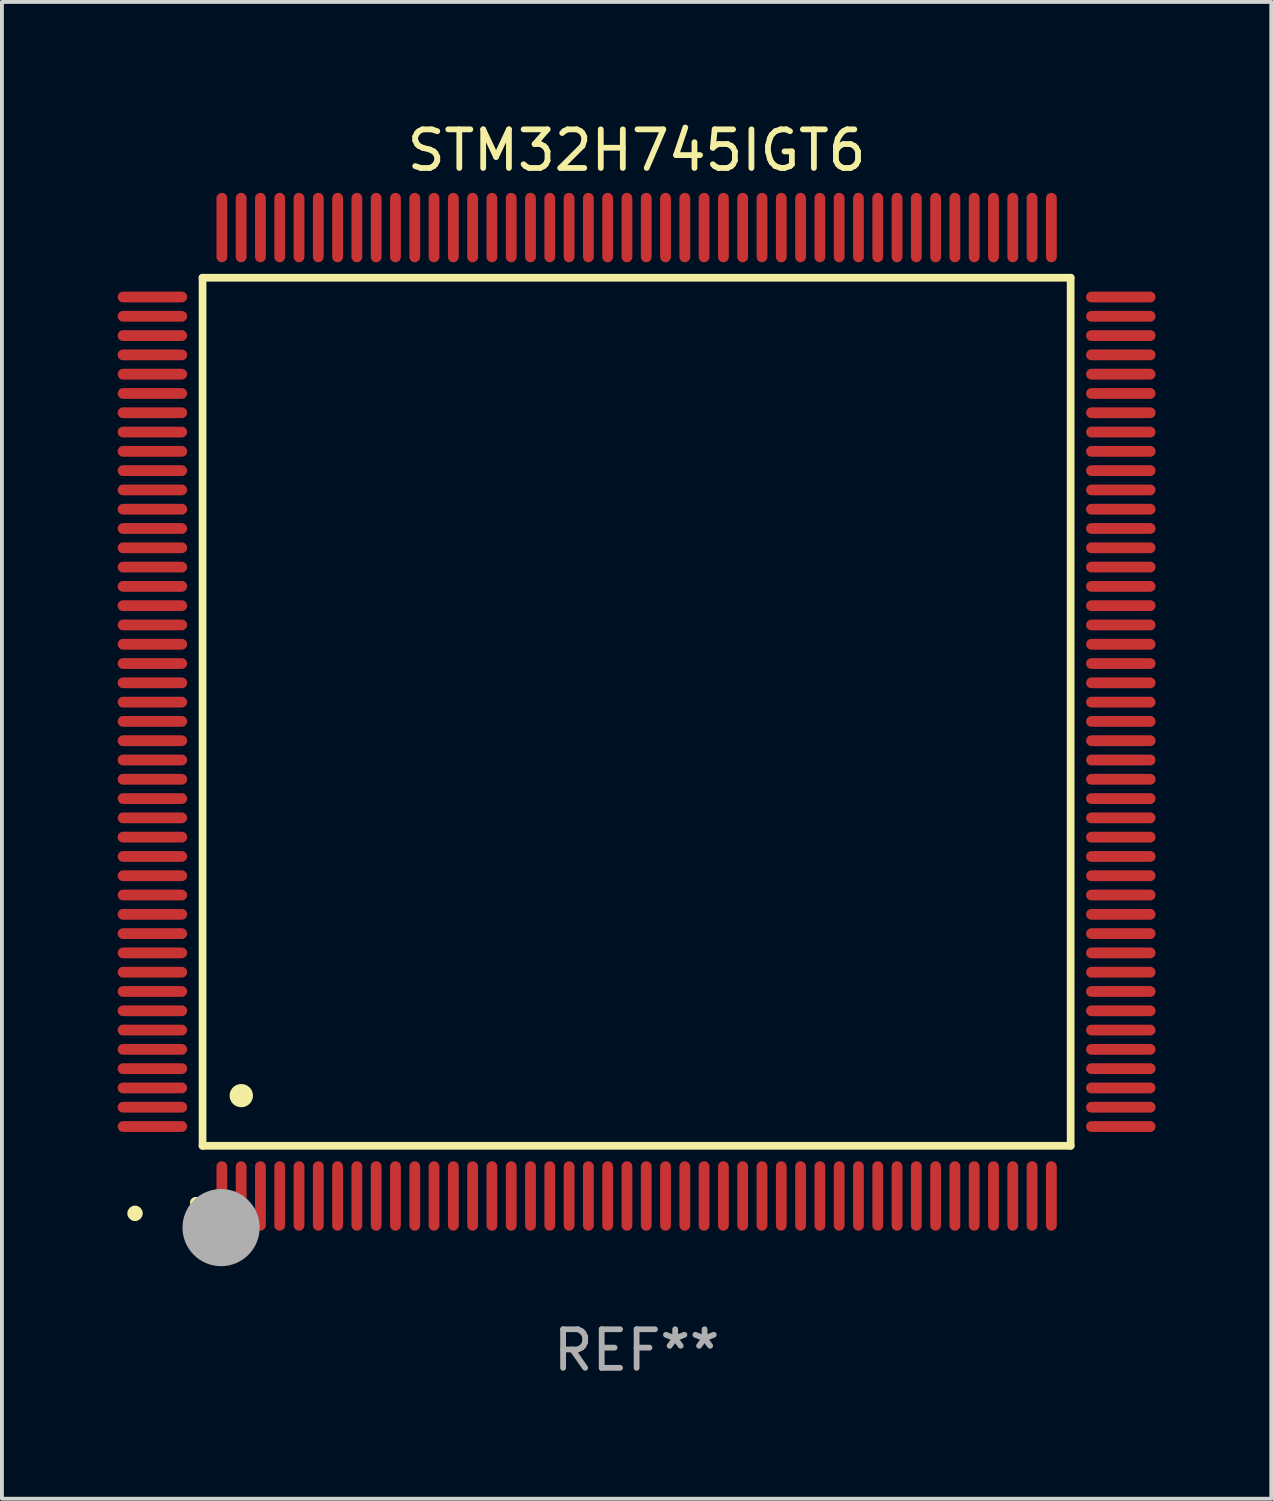
<source format=kicad_pcb>
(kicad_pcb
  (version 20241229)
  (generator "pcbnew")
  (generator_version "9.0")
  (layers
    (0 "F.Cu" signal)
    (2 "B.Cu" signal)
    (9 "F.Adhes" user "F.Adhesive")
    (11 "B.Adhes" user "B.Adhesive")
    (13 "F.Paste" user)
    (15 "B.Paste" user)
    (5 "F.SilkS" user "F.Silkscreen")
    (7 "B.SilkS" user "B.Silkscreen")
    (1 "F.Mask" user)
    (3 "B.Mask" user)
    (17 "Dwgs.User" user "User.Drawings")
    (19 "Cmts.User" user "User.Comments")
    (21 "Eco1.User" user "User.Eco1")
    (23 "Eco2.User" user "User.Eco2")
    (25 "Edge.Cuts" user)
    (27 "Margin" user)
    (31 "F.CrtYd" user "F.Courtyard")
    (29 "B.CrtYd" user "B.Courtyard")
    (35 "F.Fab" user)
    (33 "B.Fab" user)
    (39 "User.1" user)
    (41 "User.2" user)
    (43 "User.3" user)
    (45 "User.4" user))
  (footprint "STM32H745IGT6"
    (layer "F.Cu")
    (at 13.45 15.398)
    (property "Reference" "STM32H745IGT6" (at 0 -14.55 0) (layer "F.SilkS") (effects (font (size 1 1) (thickness 0.15))))
    (attr through_hole)
    (fp_line (start -11.25 -11.25) (end 11.25 -11.25) (stroke (width 0.2) (type solid)) (layer "F.SilkS"))
    (fp_line (start -11.25 11.25) (end -11.25 -11.25) (stroke (width 0.2) (type solid)) (layer "F.SilkS"))
    (fp_line (start 11.25 -11.25) (end 11.25 11.25) (stroke (width 0.2) (type solid)) (layer "F.SilkS"))
    (fp_line (start 11.25 11.25) (end -11.25 11.25) (stroke (width 0.2) (type solid)) (layer "F.SilkS"))
    (fp_arc (start -11.424943 12.725425) (mid -11.423673 12.72542) (end -11.422403 12.725425) (stroke (width 0.3) (type solid)) (layer "F.SilkS"))
    (fp_arc (start -10.24892 9.9492) (mid -10.24638 9.949189) (end -10.24384 9.9492) (stroke (width 0.6) (type solid)) (layer "F.SilkS"))
    (fp_circle (center -13 13) (end -12.9 13) (stroke (width 0.2) (type solid)) (fill no) (layer "F.SilkS"))
    (fp_circle (center -10.77 13.37) (end -10.27 13.37) (stroke (width 1) (type solid)) (fill no) (layer "F.Fab"))
    (fp_text user "REF**" (at 0 16.55 0) (layer "F.Fab") (effects (font (size 1 1) (thickness 0.15))))
    (pad "1" smd oval (at -10.75 12.55) (size 0.28 1.8) (layers "F.Cu" "F.Mask" "F.Paste"))
    (pad "2" smd oval (at -10.25 12.55) (size 0.28 1.8) (layers "F.Cu" "F.Mask" "F.Paste"))
    (pad "3" smd oval (at -9.75 12.55) (size 0.28 1.8) (layers "F.Cu" "F.Mask" "F.Paste"))
    (pad "4" smd oval (at -9.25 12.55) (size 0.28 1.8) (layers "F.Cu" "F.Mask" "F.Paste"))
    (pad "5" smd oval (at -8.75 12.55) (size 0.28 1.8) (layers "F.Cu" "F.Mask" "F.Paste"))
    (pad "6" smd oval (at -8.25 12.55) (size 0.28 1.8) (layers "F.Cu" "F.Mask" "F.Paste"))
    (pad "7" smd oval (at -7.75 12.55) (size 0.28 1.8) (layers "F.Cu" "F.Mask" "F.Paste"))
    (pad "8" smd oval (at -7.25 12.55) (size 0.28 1.8) (layers "F.Cu" "F.Mask" "F.Paste"))
    (pad "9" smd oval (at -6.75 12.55) (size 0.28 1.8) (layers "F.Cu" "F.Mask" "F.Paste"))
    (pad "10" smd oval (at -6.25 12.55) (size 0.28 1.8) (layers "F.Cu" "F.Mask" "F.Paste"))
    (pad "11" smd oval (at -5.75 12.55) (size 0.28 1.8) (layers "F.Cu" "F.Mask" "F.Paste"))
    (pad "12" smd oval (at -5.25 12.55) (size 0.28 1.8) (layers "F.Cu" "F.Mask" "F.Paste"))
    (pad "13" smd oval (at -4.75 12.55) (size 0.28 1.8) (layers "F.Cu" "F.Mask" "F.Paste"))
    (pad "14" smd oval (at -4.25 12.55) (size 0.28 1.8) (layers "F.Cu" "F.Mask" "F.Paste"))
    (pad "15" smd oval (at -3.75 12.55) (size 0.28 1.8) (layers "F.Cu" "F.Mask" "F.Paste"))
    (pad "16" smd oval (at -3.25 12.55) (size 0.28 1.8) (layers "F.Cu" "F.Mask" "F.Paste"))
    (pad "17" smd oval (at -2.75 12.55) (size 0.28 1.8) (layers "F.Cu" "F.Mask" "F.Paste"))
    (pad "18" smd oval (at -2.25 12.55) (size 0.28 1.8) (layers "F.Cu" "F.Mask" "F.Paste"))
    (pad "19" smd oval (at -1.75 12.55) (size 0.28 1.8) (layers "F.Cu" "F.Mask" "F.Paste"))
    (pad "20" smd oval (at -1.25 12.55) (size 0.28 1.8) (layers "F.Cu" "F.Mask" "F.Paste"))
    (pad "21" smd oval (at -0.75 12.55) (size 0.28 1.8) (layers "F.Cu" "F.Mask" "F.Paste"))
    (pad "22" smd oval (at -0.25 12.55) (size 0.28 1.8) (layers "F.Cu" "F.Mask" "F.Paste"))
    (pad "23" smd oval (at 0.25 12.55) (size 0.28 1.8) (layers "F.Cu" "F.Mask" "F.Paste"))
    (pad "24" smd oval (at 0.75 12.55) (size 0.28 1.8) (layers "F.Cu" "F.Mask" "F.Paste"))
    (pad "25" smd oval (at 1.25 12.55) (size 0.28 1.8) (layers "F.Cu" "F.Mask" "F.Paste"))
    (pad "26" smd oval (at 1.75 12.55) (size 0.28 1.8) (layers "F.Cu" "F.Mask" "F.Paste"))
    (pad "27" smd oval (at 2.25 12.55) (size 0.28 1.8) (layers "F.Cu" "F.Mask" "F.Paste"))
    (pad "28" smd oval (at 2.75 12.55) (size 0.28 1.8) (layers "F.Cu" "F.Mask" "F.Paste"))
    (pad "29" smd oval (at 3.25 12.55) (size 0.28 1.8) (layers "F.Cu" "F.Mask" "F.Paste"))
    (pad "30" smd oval (at 3.75 12.55) (size 0.28 1.8) (layers "F.Cu" "F.Mask" "F.Paste"))
    (pad "31" smd oval (at 4.25 12.55) (size 0.28 1.8) (layers "F.Cu" "F.Mask" "F.Paste"))
    (pad "32" smd oval (at 4.75 12.55) (size 0.28 1.8) (layers "F.Cu" "F.Mask" "F.Paste"))
    (pad "33" smd oval (at 5.25 12.55) (size 0.28 1.8) (layers "F.Cu" "F.Mask" "F.Paste"))
    (pad "34" smd oval (at 5.75 12.55) (size 0.28 1.8) (layers "F.Cu" "F.Mask" "F.Paste"))
    (pad "35" smd oval (at 6.25 12.55) (size 0.28 1.8) (layers "F.Cu" "F.Mask" "F.Paste"))
    (pad "36" smd oval (at 6.75 12.55) (size 0.28 1.8) (layers "F.Cu" "F.Mask" "F.Paste"))
    (pad "37" smd oval (at 7.25 12.55) (size 0.28 1.8) (layers "F.Cu" "F.Mask" "F.Paste"))
    (pad "38" smd oval (at 7.75 12.55) (size 0.28 1.8) (layers "F.Cu" "F.Mask" "F.Paste"))
    (pad "39" smd oval (at 8.25 12.55) (size 0.28 1.8) (layers "F.Cu" "F.Mask" "F.Paste"))
    (pad "40" smd oval (at 8.75 12.55) (size 0.28 1.8) (layers "F.Cu" "F.Mask" "F.Paste"))
    (pad "41" smd oval (at 9.25 12.55) (size 0.28 1.8) (layers "F.Cu" "F.Mask" "F.Paste"))
    (pad "42" smd oval (at 9.75 12.55) (size 0.28 1.8) (layers "F.Cu" "F.Mask" "F.Paste"))
    (pad "43" smd oval (at 10.25 12.55) (size 0.28 1.8) (layers "F.Cu" "F.Mask" "F.Paste"))
    (pad "44" smd oval (at 10.75 12.55) (size 0.28 1.8) (layers "F.Cu" "F.Mask" "F.Paste"))
    (pad "45" smd oval (at 12.55 10.75) (size 1.8 0.28) (layers "F.Cu" "F.Mask" "F.Paste"))
    (pad "46" smd oval (at 12.55 10.25) (size 1.8 0.28) (layers "F.Cu" "F.Mask" "F.Paste"))
    (pad "47" smd oval (at 12.55 9.75) (size 1.8 0.28) (layers "F.Cu" "F.Mask" "F.Paste"))
    (pad "48" smd oval (at 12.55 9.25) (size 1.8 0.28) (layers "F.Cu" "F.Mask" "F.Paste"))
    (pad "49" smd oval (at 12.55 8.75) (size 1.8 0.28) (layers "F.Cu" "F.Mask" "F.Paste"))
    (pad "50" smd oval (at 12.55 8.25) (size 1.8 0.28) (layers "F.Cu" "F.Mask" "F.Paste"))
    (pad "51" smd oval (at 12.55 7.75) (size 1.8 0.28) (layers "F.Cu" "F.Mask" "F.Paste"))
    (pad "52" smd oval (at 12.55 7.25) (size 1.8 0.28) (layers "F.Cu" "F.Mask" "F.Paste"))
    (pad "53" smd oval (at 12.55 6.75) (size 1.8 0.28) (layers "F.Cu" "F.Mask" "F.Paste"))
    (pad "54" smd oval (at 12.55 6.25) (size 1.8 0.28) (layers "F.Cu" "F.Mask" "F.Paste"))
    (pad "55" smd oval (at 12.55 5.75) (size 1.8 0.28) (layers "F.Cu" "F.Mask" "F.Paste"))
    (pad "56" smd oval (at 12.55 5.25) (size 1.8 0.28) (layers "F.Cu" "F.Mask" "F.Paste"))
    (pad "57" smd oval (at 12.55 4.75) (size 1.8 0.28) (layers "F.Cu" "F.Mask" "F.Paste"))
    (pad "58" smd oval (at 12.55 4.25) (size 1.8 0.28) (layers "F.Cu" "F.Mask" "F.Paste"))
    (pad "59" smd oval (at 12.55 3.75) (size 1.8 0.28) (layers "F.Cu" "F.Mask" "F.Paste"))
    (pad "60" smd oval (at 12.55 3.25) (size 1.8 0.28) (layers "F.Cu" "F.Mask" "F.Paste"))
    (pad "61" smd oval (at 12.55 2.75) (size 1.8 0.28) (layers "F.Cu" "F.Mask" "F.Paste"))
    (pad "62" smd oval (at 12.55 2.25) (size 1.8 0.28) (layers "F.Cu" "F.Mask" "F.Paste"))
    (pad "63" smd oval (at 12.55 1.75) (size 1.8 0.28) (layers "F.Cu" "F.Mask" "F.Paste"))
    (pad "64" smd oval (at 12.55 1.25) (size 1.8 0.28) (layers "F.Cu" "F.Mask" "F.Paste"))
    (pad "65" smd oval (at 12.55 0.75) (size 1.8 0.28) (layers "F.Cu" "F.Mask" "F.Paste"))
    (pad "66" smd oval (at 12.55 0.25) (size 1.8 0.28) (layers "F.Cu" "F.Mask" "F.Paste"))
    (pad "67" smd oval (at 12.55 -0.25) (size 1.8 0.28) (layers "F.Cu" "F.Mask" "F.Paste"))
    (pad "68" smd oval (at 12.55 -0.75) (size 1.8 0.28) (layers "F.Cu" "F.Mask" "F.Paste"))
    (pad "69" smd oval (at 12.55 -1.25) (size 1.8 0.28) (layers "F.Cu" "F.Mask" "F.Paste"))
    (pad "70" smd oval (at 12.55 -1.75) (size 1.8 0.28) (layers "F.Cu" "F.Mask" "F.Paste"))
    (pad "71" smd oval (at 12.55 -2.25) (size 1.8 0.28) (layers "F.Cu" "F.Mask" "F.Paste"))
    (pad "72" smd oval (at 12.55 -2.75) (size 1.8 0.28) (layers "F.Cu" "F.Mask" "F.Paste"))
    (pad "73" smd oval (at 12.55 -3.25) (size 1.8 0.28) (layers "F.Cu" "F.Mask" "F.Paste"))
    (pad "74" smd oval (at 12.55 -3.75) (size 1.8 0.28) (layers "F.Cu" "F.Mask" "F.Paste"))
    (pad "75" smd oval (at 12.55 -4.25) (size 1.8 0.28) (layers "F.Cu" "F.Mask" "F.Paste"))
    (pad "76" smd oval (at 12.55 -4.75) (size 1.8 0.28) (layers "F.Cu" "F.Mask" "F.Paste"))
    (pad "77" smd oval (at 12.55 -5.25) (size 1.8 0.28) (layers "F.Cu" "F.Mask" "F.Paste"))
    (pad "78" smd oval (at 12.55 -5.75) (size 1.8 0.28) (layers "F.Cu" "F.Mask" "F.Paste"))
    (pad "79" smd oval (at 12.55 -6.25) (size 1.8 0.28) (layers "F.Cu" "F.Mask" "F.Paste"))
    (pad "80" smd oval (at 12.55 -6.75) (size 1.8 0.28) (layers "F.Cu" "F.Mask" "F.Paste"))
    (pad "81" smd oval (at 12.55 -7.25) (size 1.8 0.28) (layers "F.Cu" "F.Mask" "F.Paste"))
    (pad "82" smd oval (at 12.55 -7.75) (size 1.8 0.28) (layers "F.Cu" "F.Mask" "F.Paste"))
    (pad "83" smd oval (at 12.55 -8.25) (size 1.8 0.28) (layers "F.Cu" "F.Mask" "F.Paste"))
    (pad "84" smd oval (at 12.55 -8.75) (size 1.8 0.28) (layers "F.Cu" "F.Mask" "F.Paste"))
    (pad "85" smd oval (at 12.55 -9.25) (size 1.8 0.28) (layers "F.Cu" "F.Mask" "F.Paste"))
    (pad "86" smd oval (at 12.55 -9.75) (size 1.8 0.28) (layers "F.Cu" "F.Mask" "F.Paste"))
    (pad "87" smd oval (at 12.55 -10.25) (size 1.8 0.28) (layers "F.Cu" "F.Mask" "F.Paste"))
    (pad "88" smd oval (at 12.55 -10.75) (size 1.8 0.28) (layers "F.Cu" "F.Mask" "F.Paste"))
    (pad "89" smd oval (at 10.75 -12.55) (size 0.28 1.8) (layers "F.Cu" "F.Mask" "F.Paste"))
    (pad "90" smd oval (at 10.25 -12.55) (size 0.28 1.8) (layers "F.Cu" "F.Mask" "F.Paste"))
    (pad "91" smd oval (at 9.75 -12.55) (size 0.28 1.8) (layers "F.Cu" "F.Mask" "F.Paste"))
    (pad "92" smd oval (at 9.25 -12.55) (size 0.28 1.8) (layers "F.Cu" "F.Mask" "F.Paste"))
    (pad "93" smd oval (at 8.75 -12.55) (size 0.28 1.8) (layers "F.Cu" "F.Mask" "F.Paste"))
    (pad "94" smd oval (at 8.25 -12.55) (size 0.28 1.8) (layers "F.Cu" "F.Mask" "F.Paste"))
    (pad "95" smd oval (at 7.75 -12.55) (size 0.28 1.8) (layers "F.Cu" "F.Mask" "F.Paste"))
    (pad "96" smd oval (at 7.25 -12.55) (size 0.28 1.8) (layers "F.Cu" "F.Mask" "F.Paste"))
    (pad "97" smd oval (at 6.75 -12.55) (size 0.28 1.8) (layers "F.Cu" "F.Mask" "F.Paste"))
    (pad "98" smd oval (at 6.25 -12.55) (size 0.28 1.8) (layers "F.Cu" "F.Mask" "F.Paste"))
    (pad "99" smd oval (at 5.75 -12.55) (size 0.28 1.8) (layers "F.Cu" "F.Mask" "F.Paste"))
    (pad "100" smd oval (at 5.25 -12.55) (size 0.28 1.8) (layers "F.Cu" "F.Mask" "F.Paste"))
    (pad "101" smd oval (at 4.75 -12.55) (size 0.28 1.8) (layers "F.Cu" "F.Mask" "F.Paste"))
    (pad "102" smd oval (at 4.25 -12.55) (size 0.28 1.8) (layers "F.Cu" "F.Mask" "F.Paste"))
    (pad "103" smd oval (at 3.75 -12.55) (size 0.28 1.8) (layers "F.Cu" "F.Mask" "F.Paste"))
    (pad "104" smd oval (at 3.25 -12.55) (size 0.28 1.8) (layers "F.Cu" "F.Mask" "F.Paste"))
    (pad "105" smd oval (at 2.75 -12.55) (size 0.28 1.8) (layers "F.Cu" "F.Mask" "F.Paste"))
    (pad "106" smd oval (at 2.25 -12.55) (size 0.28 1.8) (layers "F.Cu" "F.Mask" "F.Paste"))
    (pad "107" smd oval (at 1.75 -12.55) (size 0.28 1.8) (layers "F.Cu" "F.Mask" "F.Paste"))
    (pad "108" smd oval (at 1.25 -12.55) (size 0.28 1.8) (layers "F.Cu" "F.Mask" "F.Paste"))
    (pad "109" smd oval (at 0.75 -12.55) (size 0.28 1.8) (layers "F.Cu" "F.Mask" "F.Paste"))
    (pad "110" smd oval (at 0.25 -12.55) (size 0.28 1.8) (layers "F.Cu" "F.Mask" "F.Paste"))
    (pad "111" smd oval (at -0.25 -12.55) (size 0.28 1.8) (layers "F.Cu" "F.Mask" "F.Paste"))
    (pad "112" smd oval (at -0.75 -12.55) (size 0.28 1.8) (layers "F.Cu" "F.Mask" "F.Paste"))
    (pad "113" smd oval (at -1.25 -12.55) (size 0.28 1.8) (layers "F.Cu" "F.Mask" "F.Paste"))
    (pad "114" smd oval (at -1.75 -12.55) (size 0.28 1.8) (layers "F.Cu" "F.Mask" "F.Paste"))
    (pad "115" smd oval (at -2.25 -12.55) (size 0.28 1.8) (layers "F.Cu" "F.Mask" "F.Paste"))
    (pad "116" smd oval (at -2.75 -12.55) (size 0.28 1.8) (layers "F.Cu" "F.Mask" "F.Paste"))
    (pad "117" smd oval (at -3.25 -12.55) (size 0.28 1.8) (layers "F.Cu" "F.Mask" "F.Paste"))
    (pad "118" smd oval (at -3.75 -12.55) (size 0.28 1.8) (layers "F.Cu" "F.Mask" "F.Paste"))
    (pad "119" smd oval (at -4.25 -12.55) (size 0.28 1.8) (layers "F.Cu" "F.Mask" "F.Paste"))
    (pad "120" smd oval (at -4.75 -12.55) (size 0.28 1.8) (layers "F.Cu" "F.Mask" "F.Paste"))
    (pad "121" smd oval (at -5.25 -12.55) (size 0.28 1.8) (layers "F.Cu" "F.Mask" "F.Paste"))
    (pad "122" smd oval (at -5.75 -12.55) (size 0.28 1.8) (layers "F.Cu" "F.Mask" "F.Paste"))
    (pad "123" smd oval (at -6.25 -12.55) (size 0.28 1.8) (layers "F.Cu" "F.Mask" "F.Paste"))
    (pad "124" smd oval (at -6.75 -12.55) (size 0.28 1.8) (layers "F.Cu" "F.Mask" "F.Paste"))
    (pad "125" smd oval (at -7.25 -12.55) (size 0.28 1.8) (layers "F.Cu" "F.Mask" "F.Paste"))
    (pad "126" smd oval (at -7.75 -12.55) (size 0.28 1.8) (layers "F.Cu" "F.Mask" "F.Paste"))
    (pad "127" smd oval (at -8.25 -12.55) (size 0.28 1.8) (layers "F.Cu" "F.Mask" "F.Paste"))
    (pad "128" smd oval (at -8.75 -12.55) (size 0.28 1.8) (layers "F.Cu" "F.Mask" "F.Paste"))
    (pad "129" smd oval (at -9.25 -12.55) (size 0.28 1.8) (layers "F.Cu" "F.Mask" "F.Paste"))
    (pad "130" smd oval (at -9.75 -12.55) (size 0.28 1.8) (layers "F.Cu" "F.Mask" "F.Paste"))
    (pad "131" smd oval (at -10.25 -12.55) (size 0.28 1.8) (layers "F.Cu" "F.Mask" "F.Paste"))
    (pad "132" smd oval (at -10.75 -12.55) (size 0.28 1.8) (layers "F.Cu" "F.Mask" "F.Paste"))
    (pad "133" smd oval (at -12.55 -10.75) (size 1.8 0.28) (layers "F.Cu" "F.Mask" "F.Paste"))
    (pad "134" smd oval (at -12.55 -10.25) (size 1.8 0.28) (layers "F.Cu" "F.Mask" "F.Paste"))
    (pad "135" smd oval (at -12.55 -9.75) (size 1.8 0.28) (layers "F.Cu" "F.Mask" "F.Paste"))
    (pad "136" smd oval (at -12.55 -9.25) (size 1.8 0.28) (layers "F.Cu" "F.Mask" "F.Paste"))
    (pad "137" smd oval (at -12.55 -8.75) (size 1.8 0.28) (layers "F.Cu" "F.Mask" "F.Paste"))
    (pad "138" smd oval (at -12.55 -8.25) (size 1.8 0.28) (layers "F.Cu" "F.Mask" "F.Paste"))
    (pad "139" smd oval (at -12.55 -7.75) (size 1.8 0.28) (layers "F.Cu" "F.Mask" "F.Paste"))
    (pad "140" smd oval (at -12.55 -7.25) (size 1.8 0.28) (layers "F.Cu" "F.Mask" "F.Paste"))
    (pad "141" smd oval (at -12.55 -6.75) (size 1.8 0.28) (layers "F.Cu" "F.Mask" "F.Paste"))
    (pad "142" smd oval (at -12.55 -6.25) (size 1.8 0.28) (layers "F.Cu" "F.Mask" "F.Paste"))
    (pad "143" smd oval (at -12.55 -5.75) (size 1.8 0.28) (layers "F.Cu" "F.Mask" "F.Paste"))
    (pad "144" smd oval (at -12.55 -5.25) (size 1.8 0.28) (layers "F.Cu" "F.Mask" "F.Paste"))
    (pad "145" smd oval (at -12.55 -4.75) (size 1.8 0.28) (layers "F.Cu" "F.Mask" "F.Paste"))
    (pad "146" smd oval (at -12.55 -4.25) (size 1.8 0.28) (layers "F.Cu" "F.Mask" "F.Paste"))
    (pad "147" smd oval (at -12.55 -3.75) (size 1.8 0.28) (layers "F.Cu" "F.Mask" "F.Paste"))
    (pad "148" smd oval (at -12.55 -3.25) (size 1.8 0.28) (layers "F.Cu" "F.Mask" "F.Paste"))
    (pad "149" smd oval (at -12.55 -2.75) (size 1.8 0.28) (layers "F.Cu" "F.Mask" "F.Paste"))
    (pad "150" smd oval (at -12.55 -2.25) (size 1.8 0.28) (layers "F.Cu" "F.Mask" "F.Paste"))
    (pad "151" smd oval (at -12.55 -1.75) (size 1.8 0.28) (layers "F.Cu" "F.Mask" "F.Paste"))
    (pad "152" smd oval (at -12.55 -1.25) (size 1.8 0.28) (layers "F.Cu" "F.Mask" "F.Paste"))
    (pad "153" smd oval (at -12.55 -0.75) (size 1.8 0.28) (layers "F.Cu" "F.Mask" "F.Paste"))
    (pad "154" smd oval (at -12.55 -0.25) (size 1.8 0.28) (layers "F.Cu" "F.Mask" "F.Paste"))
    (pad "155" smd oval (at -12.55 0.25) (size 1.8 0.28) (layers "F.Cu" "F.Mask" "F.Paste"))
    (pad "156" smd oval (at -12.55 0.75) (size 1.8 0.28) (layers "F.Cu" "F.Mask" "F.Paste"))
    (pad "157" smd oval (at -12.55 1.25) (size 1.8 0.28) (layers "F.Cu" "F.Mask" "F.Paste"))
    (pad "158" smd oval (at -12.55 1.75) (size 1.8 0.28) (layers "F.Cu" "F.Mask" "F.Paste"))
    (pad "159" smd oval (at -12.55 2.25) (size 1.8 0.28) (layers "F.Cu" "F.Mask" "F.Paste"))
    (pad "160" smd oval (at -12.55 2.75) (size 1.8 0.28) (layers "F.Cu" "F.Mask" "F.Paste"))
    (pad "161" smd oval (at -12.55 3.25) (size 1.8 0.28) (layers "F.Cu" "F.Mask" "F.Paste"))
    (pad "162" smd oval (at -12.55 3.75) (size 1.8 0.28) (layers "F.Cu" "F.Mask" "F.Paste"))
    (pad "163" smd oval (at -12.55 4.25) (size 1.8 0.28) (layers "F.Cu" "F.Mask" "F.Paste"))
    (pad "164" smd oval (at -12.55 4.75) (size 1.8 0.28) (layers "F.Cu" "F.Mask" "F.Paste"))
    (pad "165" smd oval (at -12.55 5.25) (size 1.8 0.28) (layers "F.Cu" "F.Mask" "F.Paste"))
    (pad "166" smd oval (at -12.55 5.75) (size 1.8 0.28) (layers "F.Cu" "F.Mask" "F.Paste"))
    (pad "167" smd oval (at -12.55 6.25) (size 1.8 0.28) (layers "F.Cu" "F.Mask" "F.Paste"))
    (pad "168" smd oval (at -12.55 6.75) (size 1.8 0.28) (layers "F.Cu" "F.Mask" "F.Paste"))
    (pad "169" smd oval (at -12.55 7.25) (size 1.8 0.28) (layers "F.Cu" "F.Mask" "F.Paste"))
    (pad "170" smd oval (at -12.55 7.75) (size 1.8 0.28) (layers "F.Cu" "F.Mask" "F.Paste"))
    (pad "171" smd oval (at -12.55 8.25) (size 1.8 0.28) (layers "F.Cu" "F.Mask" "F.Paste"))
    (pad "172" smd oval (at -12.55 8.75) (size 1.8 0.28) (layers "F.Cu" "F.Mask" "F.Paste"))
    (pad "173" smd oval (at -12.55 9.25) (size 1.8 0.28) (layers "F.Cu" "F.Mask" "F.Paste"))
    (pad "174" smd oval (at -12.55 9.75) (size 1.8 0.28) (layers "F.Cu" "F.Mask" "F.Paste"))
    (pad "175" smd oval (at -12.55 10.25) (size 1.8 0.28) (layers "F.Cu" "F.Mask" "F.Paste"))
    (pad "176" smd oval (at -12.55 10.75) (size 1.8 0.28) (layers "F.Cu" "F.Mask" "F.Paste")))
  (gr_rect
    (start -3 -3)
    (end 29.9 35.796)
    (stroke (width 0.1) (type default))
    (fill no)
    (layer "Edge.Cuts")))
</source>
